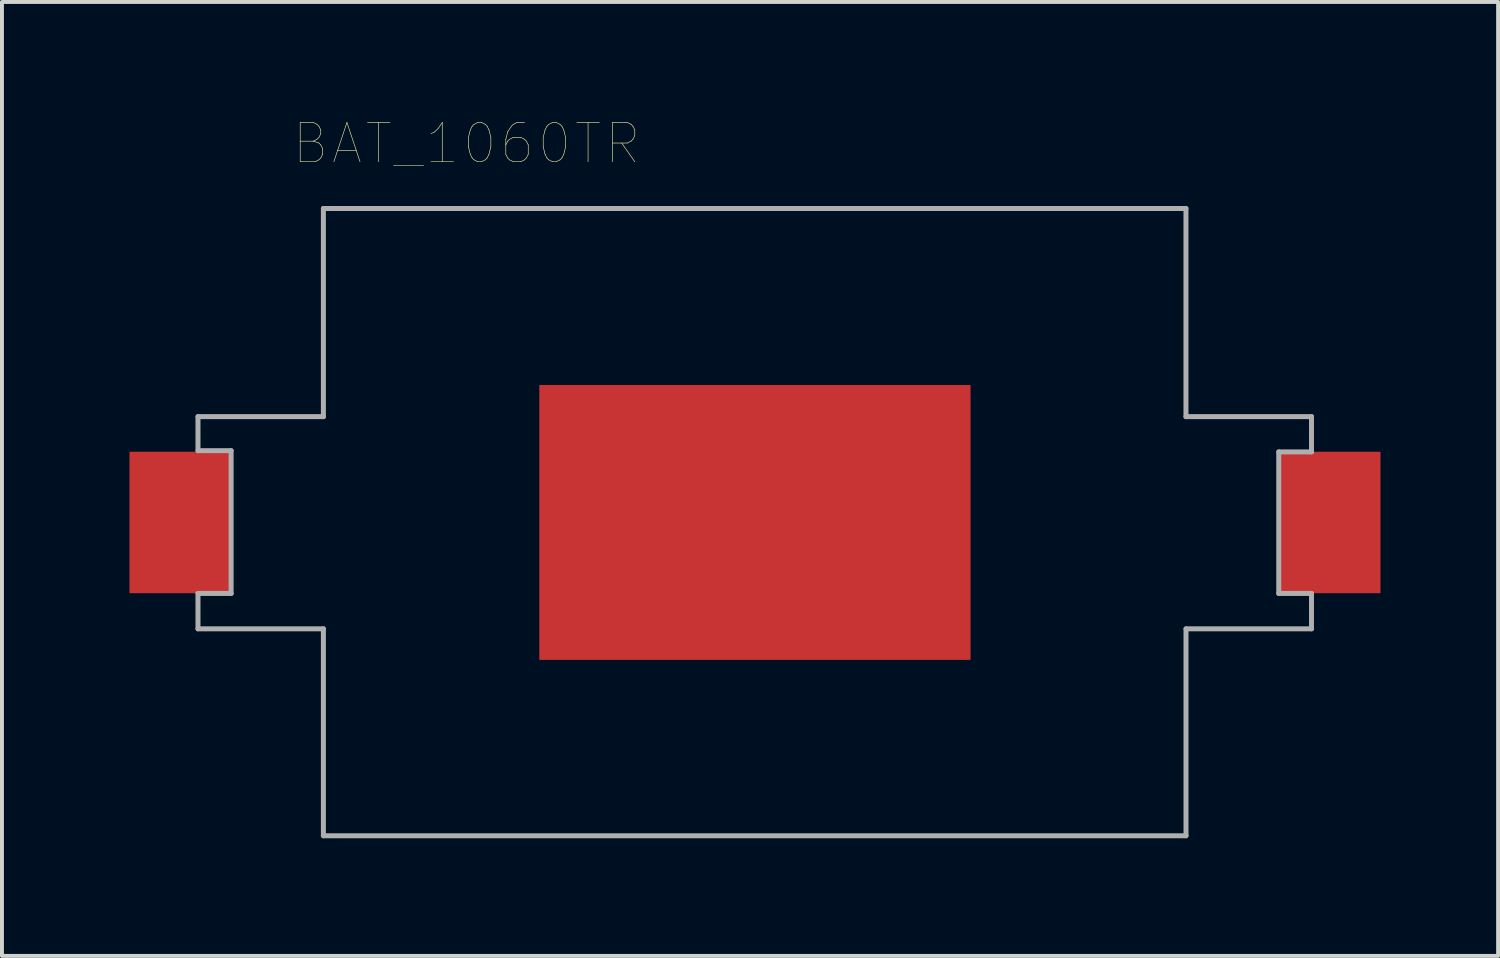
<source format=kicad_pcb>
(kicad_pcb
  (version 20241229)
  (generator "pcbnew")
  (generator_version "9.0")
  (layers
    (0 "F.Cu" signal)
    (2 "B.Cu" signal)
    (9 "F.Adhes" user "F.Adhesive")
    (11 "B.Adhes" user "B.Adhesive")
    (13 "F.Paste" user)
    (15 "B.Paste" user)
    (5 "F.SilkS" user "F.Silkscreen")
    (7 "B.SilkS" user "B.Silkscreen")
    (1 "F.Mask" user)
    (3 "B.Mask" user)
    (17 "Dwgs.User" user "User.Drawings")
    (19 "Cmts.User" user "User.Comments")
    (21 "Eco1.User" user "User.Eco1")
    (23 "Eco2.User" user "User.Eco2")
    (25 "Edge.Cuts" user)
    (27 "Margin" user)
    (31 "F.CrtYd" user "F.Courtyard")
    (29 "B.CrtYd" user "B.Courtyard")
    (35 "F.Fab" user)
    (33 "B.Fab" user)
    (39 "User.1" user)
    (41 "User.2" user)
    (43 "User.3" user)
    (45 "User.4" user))
  (footprint "BAT_1060TR"
    (layer "F.Cu")
    (at 0.25 12.084)
    (property "Reference" "BAT_1060TR" (at 8.598 -11.472 0) (layer "F.SilkS") (effects (font (size 1.001 1.001) (thickness 0.015))))
    (attr through_hole)
    (fp_line (start 1.749 -4.509) (end 4.947 -4.509) (stroke (width 0.127) (type solid)) (layer "F.Fab"))
    (fp_line (start 1.749 -3.641) (end 1.749 -4.509) (stroke (width 0.127) (type solid)) (layer "F.Fab"))
    (fp_line (start 1.749 0) (end 2.594 0) (stroke (width 0.127) (type solid)) (layer "F.Fab"))
    (fp_line (start 1.749 0.902) (end 1.749 0) (stroke (width 0.127) (type solid)) (layer "F.Fab"))
    (fp_line (start 2.594 -3.641) (end 1.749 -3.641) (stroke (width 0.127) (type solid)) (layer "F.Fab"))
    (fp_line (start 2.594 0) (end 2.594 -3.641) (stroke (width 0.127) (type solid)) (layer "F.Fab"))
    (fp_line (start 4.947 -9.817) (end 26.944 -9.817) (stroke (width 0.127) (type solid)) (layer "F.Fab"))
    (fp_line (start 4.947 -4.509) (end 4.947 -9.817) (stroke (width 0.127) (type solid)) (layer "F.Fab"))
    (fp_line (start 4.947 0.902) (end 1.749 0.902) (stroke (width 0.127) (type solid)) (layer "F.Fab"))
    (fp_line (start 4.947 6.179) (end 4.947 0.902) (stroke (width 0.127) (type solid)) (layer "F.Fab"))
    (fp_line (start 26.944 -9.817) (end 26.944 -4.509) (stroke (width 0.127) (type solid)) (layer "F.Fab"))
    (fp_line (start 26.944 -4.509) (end 30.145 -4.509) (stroke (width 0.127) (type solid)) (layer "F.Fab"))
    (fp_line (start 26.945 0.902) (end 26.945 6.179) (stroke (width 0.127) (type solid)) (layer "F.Fab"))
    (fp_line (start 26.945 6.179) (end 4.947 6.179) (stroke (width 0.127) (type solid)) (layer "F.Fab"))
    (fp_line (start 29.31 -3.61) (end 29.31 0) (stroke (width 0.127) (type solid)) (layer "F.Fab"))
    (fp_line (start 29.31 0) (end 30.145 0) (stroke (width 0.127) (type solid)) (layer "F.Fab"))
    (fp_line (start 30.145 -4.509) (end 30.145 -3.61) (stroke (width 0.127) (type solid)) (layer "F.Fab"))
    (fp_line (start 30.145 -3.61) (end 29.31 -3.61) (stroke (width 0.127) (type solid)) (layer "F.Fab"))
    (fp_line (start 30.145 0) (end 30.145 0.902) (stroke (width 0.127) (type solid)) (layer "F.Fab"))
    (fp_line (start 30.145 0.902) (end 26.945 0.902) (stroke (width 0.127) (type solid)) (layer "F.Fab"))
    (pad "+" smd rect (at 30.609 -1.81) (size 2.591 3.607) (layers "F.Cu" "F.Mask" "F.Paste"))
    (pad "-" smd rect (at 1.297 -1.81) (size 2.591 3.607) (layers "F.Cu" "F.Mask" "F.Paste"))
    (pad "OPT_ADHESIVE" smd rect (at 15.952 -1.811) (size 10.998 7.01) (layers "F.Cu" "F.Mask" "F.Paste")))
  (gr_rect
    (start -3 -3)
    (end 35.154 21.327)
    (stroke (width 0.1) (type default))
    (fill no)
    (layer "Edge.Cuts")))
</source>
